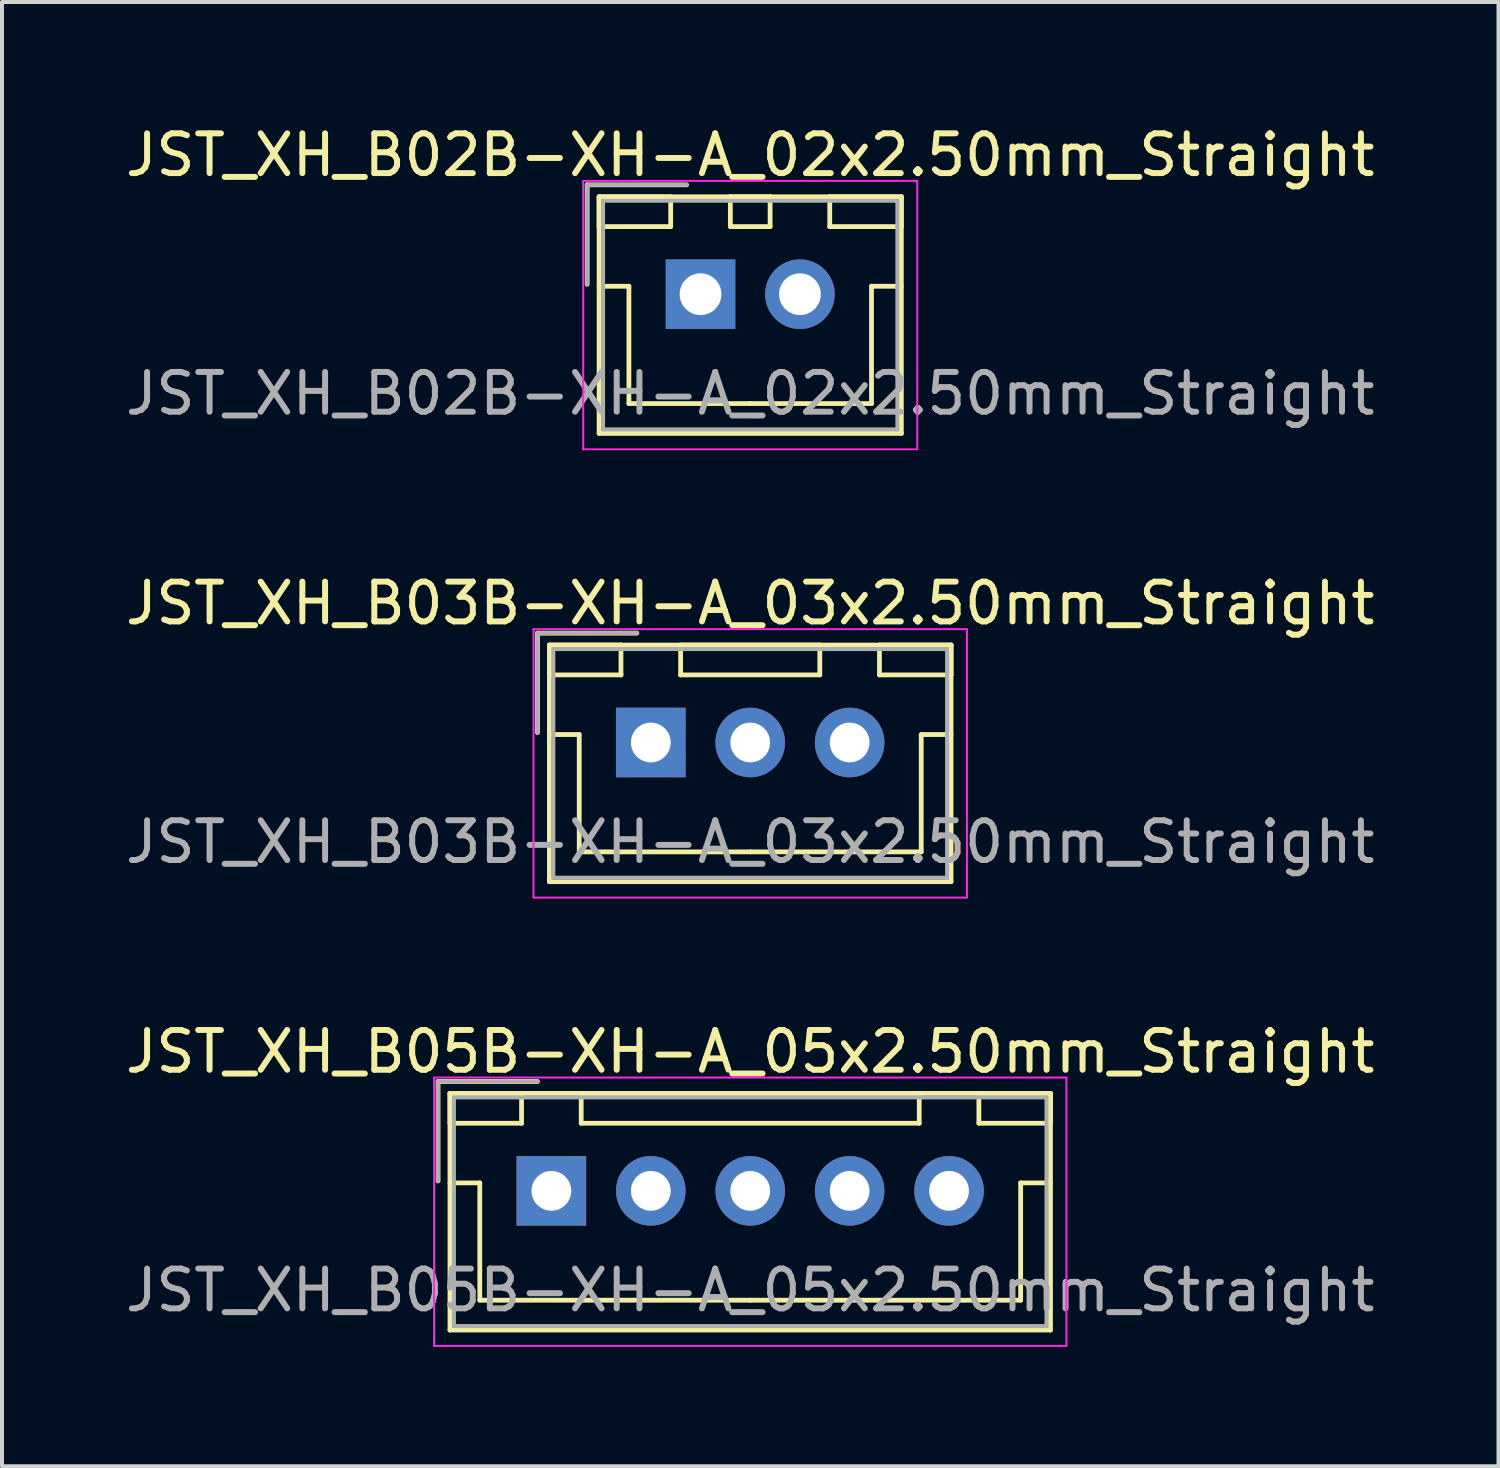
<source format=kicad_pcb>
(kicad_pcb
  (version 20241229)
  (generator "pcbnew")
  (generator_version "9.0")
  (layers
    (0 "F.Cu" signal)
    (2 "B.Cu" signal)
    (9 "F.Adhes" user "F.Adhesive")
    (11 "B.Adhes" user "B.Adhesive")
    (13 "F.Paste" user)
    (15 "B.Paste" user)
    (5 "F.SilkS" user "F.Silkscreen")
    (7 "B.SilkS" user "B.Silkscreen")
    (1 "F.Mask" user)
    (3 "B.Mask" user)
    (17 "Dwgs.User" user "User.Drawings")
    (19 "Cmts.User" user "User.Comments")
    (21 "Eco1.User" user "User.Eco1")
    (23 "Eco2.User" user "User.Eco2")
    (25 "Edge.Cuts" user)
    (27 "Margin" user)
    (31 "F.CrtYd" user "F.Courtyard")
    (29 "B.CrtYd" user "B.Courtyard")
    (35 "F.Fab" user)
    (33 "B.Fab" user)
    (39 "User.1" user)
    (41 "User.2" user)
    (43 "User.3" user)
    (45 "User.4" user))
  (footprint "JST_XH_B05B-XH-A_05x2.50mm_Straight"
    (layer "F.Cu")
    (at 10.815 26.895)
    (property "Reference" "JST_XH_B05B-XH-A_05x2.50mm_Straight" (at 5 -3.5 0) (layer "F.SilkS") (effects (font (size 1 1) (thickness 0.15))))
    (attr through_hole)
    (fp_line (start -2.85 -2.75) (end -2.85 -0.25) (stroke (width 0.12) (type solid)) (layer "F.SilkS"))
    (fp_line (start -2.55 -2.45) (end -2.55 -1.7) (stroke (width 0.12) (type solid)) (layer "F.SilkS"))
    (fp_line (start -2.55 -2.45) (end -2.55 3.5) (stroke (width 0.12) (type solid)) (layer "F.SilkS"))
    (fp_line (start -2.55 -1.7) (end -0.75 -1.7) (stroke (width 0.12) (type solid)) (layer "F.SilkS"))
    (fp_line (start -2.55 -0.2) (end -1.8 -0.2) (stroke (width 0.12) (type solid)) (layer "F.SilkS"))
    (fp_line (start -2.55 3.5) (end 12.55 3.5) (stroke (width 0.12) (type solid)) (layer "F.SilkS"))
    (fp_line (start -1.8 -0.2) (end -1.8 2.75) (stroke (width 0.12) (type solid)) (layer "F.SilkS"))
    (fp_line (start -1.8 2.75) (end 5 2.75) (stroke (width 0.12) (type solid)) (layer "F.SilkS"))
    (fp_line (start -0.75 -2.45) (end -2.55 -2.45) (stroke (width 0.12) (type solid)) (layer "F.SilkS"))
    (fp_line (start -0.75 -1.7) (end -0.75 -2.45) (stroke (width 0.12) (type solid)) (layer "F.SilkS"))
    (fp_line (start -0.35 -2.75) (end -2.85 -2.75) (stroke (width 0.12) (type solid)) (layer "F.SilkS"))
    (fp_line (start 0.75 -2.45) (end 0.75 -1.7) (stroke (width 0.12) (type solid)) (layer "F.SilkS"))
    (fp_line (start 0.75 -1.7) (end 9.25 -1.7) (stroke (width 0.12) (type solid)) (layer "F.SilkS"))
    (fp_line (start 9.25 -2.45) (end 0.75 -2.45) (stroke (width 0.12) (type solid)) (layer "F.SilkS"))
    (fp_line (start 9.25 -1.7) (end 9.25 -2.45) (stroke (width 0.12) (type solid)) (layer "F.SilkS"))
    (fp_line (start 10.75 -2.45) (end 10.75 -1.7) (stroke (width 0.12) (type solid)) (layer "F.SilkS"))
    (fp_line (start 10.75 -1.7) (end 12.55 -1.7) (stroke (width 0.12) (type solid)) (layer "F.SilkS"))
    (fp_line (start 11.8 -0.2) (end 11.8 2.75) (stroke (width 0.12) (type solid)) (layer "F.SilkS"))
    (fp_line (start 11.8 2.75) (end 5 2.75) (stroke (width 0.12) (type solid)) (layer "F.SilkS"))
    (fp_line (start 12.55 -2.45) (end -2.55 -2.45) (stroke (width 0.12) (type solid)) (layer "F.SilkS"))
    (fp_line (start 12.55 -2.45) (end 10.75 -2.45) (stroke (width 0.12) (type solid)) (layer "F.SilkS"))
    (fp_line (start 12.55 -1.7) (end 12.55 -2.45) (stroke (width 0.12) (type solid)) (layer "F.SilkS"))
    (fp_line (start 12.55 -0.2) (end 11.8 -0.2) (stroke (width 0.12) (type solid)) (layer "F.SilkS"))
    (fp_line (start 12.55 3.5) (end 12.55 -2.45) (stroke (width 0.12) (type solid)) (layer "F.SilkS"))
    (fp_line (start -2.95 -2.85) (end -2.95 3.9) (stroke (width 0.05) (type solid)) (layer "F.CrtYd"))
    (fp_line (start -2.95 3.9) (end 12.95 3.9) (stroke (width 0.05) (type solid)) (layer "F.CrtYd"))
    (fp_line (start 12.95 -2.85) (end -2.95 -2.85) (stroke (width 0.05) (type solid)) (layer "F.CrtYd"))
    (fp_line (start 12.95 3.9) (end 12.95 -2.85) (stroke (width 0.05) (type solid)) (layer "F.CrtYd"))
    (fp_line (start -2.85 -2.75) (end -2.85 -0.25) (stroke (width 0.1) (type solid)) (layer "F.Fab"))
    (fp_line (start -2.45 -2.35) (end -2.45 3.4) (stroke (width 0.1) (type solid)) (layer "F.Fab"))
    (fp_line (start -2.45 3.4) (end 12.45 3.4) (stroke (width 0.1) (type solid)) (layer "F.Fab"))
    (fp_line (start -0.35 -2.75) (end -2.85 -2.75) (stroke (width 0.1) (type solid)) (layer "F.Fab"))
    (fp_line (start 12.45 -2.35) (end -2.45 -2.35) (stroke (width 0.1) (type solid)) (layer "F.Fab"))
    (fp_line (start 12.45 3.4) (end 12.45 -2.35) (stroke (width 0.1) (type solid)) (layer "F.Fab"))
    (fp_text user "${REFERENCE}" (at 5 2.5 0) (layer "F.Fab") (effects (font (size 1 1) (thickness 0.15))))
    (pad "1" thru_hole rect (at 0 0) (size 1.75 1.75) (drill 1) (layers "*.Cu" "*.Mask"))
    (pad "2" thru_hole circle (at 2.5 0) (size 1.75 1.75) (drill 1) (layers "*.Cu" "*.Mask"))
    (pad "3" thru_hole circle (at 5 0) (size 1.75 1.75) (drill 1) (layers "*.Cu" "*.Mask"))
    (pad "4" thru_hole circle (at 7.5 0) (size 1.75 1.75) (drill 1) (layers "*.Cu" "*.Mask"))
    (pad "5" thru_hole circle (at 10 0) (size 1.75 1.75) (drill 1) (layers "*.Cu" "*.Mask")))
  (footprint "JST_XH_B03B-XH-A_03x2.50mm_Straight"
    (layer "F.Cu")
    (at 13.315 15.621)
    (property "Reference" "JST_XH_B03B-XH-A_03x2.50mm_Straight" (at 2.5 -3.5 0) (layer "F.SilkS") (effects (font (size 1 1) (thickness 0.15))))
    (attr through_hole)
    (fp_line (start -2.85 -2.75) (end -2.85 -0.25) (stroke (width 0.12) (type solid)) (layer "F.SilkS"))
    (fp_line (start -2.55 -2.45) (end -2.55 -1.7) (stroke (width 0.12) (type solid)) (layer "F.SilkS"))
    (fp_line (start -2.55 -2.45) (end -2.55 3.5) (stroke (width 0.12) (type solid)) (layer "F.SilkS"))
    (fp_line (start -2.55 -1.7) (end -0.75 -1.7) (stroke (width 0.12) (type solid)) (layer "F.SilkS"))
    (fp_line (start -2.55 -0.2) (end -1.8 -0.2) (stroke (width 0.12) (type solid)) (layer "F.SilkS"))
    (fp_line (start -2.55 3.5) (end 7.55 3.5) (stroke (width 0.12) (type solid)) (layer "F.SilkS"))
    (fp_line (start -1.8 -0.2) (end -1.8 2.75) (stroke (width 0.12) (type solid)) (layer "F.SilkS"))
    (fp_line (start -1.8 2.75) (end 2.5 2.75) (stroke (width 0.12) (type solid)) (layer "F.SilkS"))
    (fp_line (start -0.75 -2.45) (end -2.55 -2.45) (stroke (width 0.12) (type solid)) (layer "F.SilkS"))
    (fp_line (start -0.75 -1.7) (end -0.75 -2.45) (stroke (width 0.12) (type solid)) (layer "F.SilkS"))
    (fp_line (start -0.35 -2.75) (end -2.85 -2.75) (stroke (width 0.12) (type solid)) (layer "F.SilkS"))
    (fp_line (start 0.75 -2.45) (end 0.75 -1.7) (stroke (width 0.12) (type solid)) (layer "F.SilkS"))
    (fp_line (start 0.75 -1.7) (end 4.25 -1.7) (stroke (width 0.12) (type solid)) (layer "F.SilkS"))
    (fp_line (start 4.25 -2.45) (end 0.75 -2.45) (stroke (width 0.12) (type solid)) (layer "F.SilkS"))
    (fp_line (start 4.25 -1.7) (end 4.25 -2.45) (stroke (width 0.12) (type solid)) (layer "F.SilkS"))
    (fp_line (start 5.75 -2.45) (end 5.75 -1.7) (stroke (width 0.12) (type solid)) (layer "F.SilkS"))
    (fp_line (start 5.75 -1.7) (end 7.55 -1.7) (stroke (width 0.12) (type solid)) (layer "F.SilkS"))
    (fp_line (start 6.8 -0.2) (end 6.8 2.75) (stroke (width 0.12) (type solid)) (layer "F.SilkS"))
    (fp_line (start 6.8 2.75) (end 2.5 2.75) (stroke (width 0.12) (type solid)) (layer "F.SilkS"))
    (fp_line (start 7.55 -2.45) (end -2.55 -2.45) (stroke (width 0.12) (type solid)) (layer "F.SilkS"))
    (fp_line (start 7.55 -2.45) (end 5.75 -2.45) (stroke (width 0.12) (type solid)) (layer "F.SilkS"))
    (fp_line (start 7.55 -1.7) (end 7.55 -2.45) (stroke (width 0.12) (type solid)) (layer "F.SilkS"))
    (fp_line (start 7.55 -0.2) (end 6.8 -0.2) (stroke (width 0.12) (type solid)) (layer "F.SilkS"))
    (fp_line (start 7.55 3.5) (end 7.55 -2.45) (stroke (width 0.12) (type solid)) (layer "F.SilkS"))
    (fp_line (start -2.95 -2.85) (end -2.95 3.9) (stroke (width 0.05) (type solid)) (layer "F.CrtYd"))
    (fp_line (start -2.95 3.9) (end 7.95 3.9) (stroke (width 0.05) (type solid)) (layer "F.CrtYd"))
    (fp_line (start 7.95 -2.85) (end -2.95 -2.85) (stroke (width 0.05) (type solid)) (layer "F.CrtYd"))
    (fp_line (start 7.95 3.9) (end 7.95 -2.85) (stroke (width 0.05) (type solid)) (layer "F.CrtYd"))
    (fp_line (start -2.85 -2.75) (end -2.85 -0.25) (stroke (width 0.1) (type solid)) (layer "F.Fab"))
    (fp_line (start -2.45 -2.35) (end -2.45 3.4) (stroke (width 0.1) (type solid)) (layer "F.Fab"))
    (fp_line (start -2.45 3.4) (end 7.45 3.4) (stroke (width 0.1) (type solid)) (layer "F.Fab"))
    (fp_line (start -0.35 -2.75) (end -2.85 -2.75) (stroke (width 0.1) (type solid)) (layer "F.Fab"))
    (fp_line (start 7.45 -2.35) (end -2.45 -2.35) (stroke (width 0.1) (type solid)) (layer "F.Fab"))
    (fp_line (start 7.45 3.4) (end 7.45 -2.35) (stroke (width 0.1) (type solid)) (layer "F.Fab"))
    (fp_text user "${REFERENCE}" (at 2.5 2.5 0) (layer "F.Fab") (effects (font (size 1 1) (thickness 0.15))))
    (pad "1" thru_hole rect (at 0 0) (size 1.75 1.75) (drill 1) (layers "*.Cu" "*.Mask"))
    (pad "2" thru_hole circle (at 2.5 0) (size 1.75 1.75) (drill 1) (layers "*.Cu" "*.Mask"))
    (pad "3" thru_hole circle (at 5 0) (size 1.75 1.75) (drill 1) (layers "*.Cu" "*.Mask")))
  (footprint "JST_XH_B02B-XH-A_02x2.50mm_Straight"
    (layer "F.Cu")
    (at 14.565 4.348)
    (property "Reference" "JST_XH_B02B-XH-A_02x2.50mm_Straight" (at 1.25 -3.5 0) (layer "F.SilkS") (effects (font (size 1 1) (thickness 0.15))))
    (attr through_hole)
    (fp_line (start -2.85 -2.75) (end -2.85 -0.25) (stroke (width 0.12) (type solid)) (layer "F.SilkS"))
    (fp_line (start -2.55 -2.45) (end -2.55 -1.7) (stroke (width 0.12) (type solid)) (layer "F.SilkS"))
    (fp_line (start -2.55 -2.45) (end -2.55 3.5) (stroke (width 0.12) (type solid)) (layer "F.SilkS"))
    (fp_line (start -2.55 -1.7) (end -0.75 -1.7) (stroke (width 0.12) (type solid)) (layer "F.SilkS"))
    (fp_line (start -2.55 -0.2) (end -1.8 -0.2) (stroke (width 0.12) (type solid)) (layer "F.SilkS"))
    (fp_line (start -2.55 3.5) (end 5.05 3.5) (stroke (width 0.12) (type solid)) (layer "F.SilkS"))
    (fp_line (start -1.8 -0.2) (end -1.8 2.75) (stroke (width 0.12) (type solid)) (layer "F.SilkS"))
    (fp_line (start -1.8 2.75) (end 1.25 2.75) (stroke (width 0.12) (type solid)) (layer "F.SilkS"))
    (fp_line (start -0.75 -2.45) (end -2.55 -2.45) (stroke (width 0.12) (type solid)) (layer "F.SilkS"))
    (fp_line (start -0.75 -1.7) (end -0.75 -2.45) (stroke (width 0.12) (type solid)) (layer "F.SilkS"))
    (fp_line (start -0.35 -2.75) (end -2.85 -2.75) (stroke (width 0.12) (type solid)) (layer "F.SilkS"))
    (fp_line (start 0.75 -2.45) (end 0.75 -1.7) (stroke (width 0.12) (type solid)) (layer "F.SilkS"))
    (fp_line (start 0.75 -1.7) (end 1.75 -1.7) (stroke (width 0.12) (type solid)) (layer "F.SilkS"))
    (fp_line (start 1.75 -2.45) (end 0.75 -2.45) (stroke (width 0.12) (type solid)) (layer "F.SilkS"))
    (fp_line (start 1.75 -1.7) (end 1.75 -2.45) (stroke (width 0.12) (type solid)) (layer "F.SilkS"))
    (fp_line (start 3.25 -2.45) (end 3.25 -1.7) (stroke (width 0.12) (type solid)) (layer "F.SilkS"))
    (fp_line (start 3.25 -1.7) (end 5.05 -1.7) (stroke (width 0.12) (type solid)) (layer "F.SilkS"))
    (fp_line (start 4.3 -0.2) (end 4.3 2.75) (stroke (width 0.12) (type solid)) (layer "F.SilkS"))
    (fp_line (start 4.3 2.75) (end 1.25 2.75) (stroke (width 0.12) (type solid)) (layer "F.SilkS"))
    (fp_line (start 5.05 -2.45) (end -2.55 -2.45) (stroke (width 0.12) (type solid)) (layer "F.SilkS"))
    (fp_line (start 5.05 -2.45) (end 3.25 -2.45) (stroke (width 0.12) (type solid)) (layer "F.SilkS"))
    (fp_line (start 5.05 -1.7) (end 5.05 -2.45) (stroke (width 0.12) (type solid)) (layer "F.SilkS"))
    (fp_line (start 5.05 -0.2) (end 4.3 -0.2) (stroke (width 0.12) (type solid)) (layer "F.SilkS"))
    (fp_line (start 5.05 3.5) (end 5.05 -2.45) (stroke (width 0.12) (type solid)) (layer "F.SilkS"))
    (fp_line (start -2.95 -2.85) (end -2.95 3.9) (stroke (width 0.05) (type solid)) (layer "F.CrtYd"))
    (fp_line (start -2.95 3.9) (end 5.45 3.9) (stroke (width 0.05) (type solid)) (layer "F.CrtYd"))
    (fp_line (start 5.45 -2.85) (end -2.95 -2.85) (stroke (width 0.05) (type solid)) (layer "F.CrtYd"))
    (fp_line (start 5.45 3.9) (end 5.45 -2.85) (stroke (width 0.05) (type solid)) (layer "F.CrtYd"))
    (fp_line (start -2.85 -2.75) (end -2.85 -0.25) (stroke (width 0.1) (type solid)) (layer "F.Fab"))
    (fp_line (start -2.45 -2.35) (end -2.45 3.4) (stroke (width 0.1) (type solid)) (layer "F.Fab"))
    (fp_line (start -2.45 3.4) (end 4.95 3.4) (stroke (width 0.1) (type solid)) (layer "F.Fab"))
    (fp_line (start -0.35 -2.75) (end -2.85 -2.75) (stroke (width 0.1) (type solid)) (layer "F.Fab"))
    (fp_line (start 4.95 -2.35) (end -2.45 -2.35) (stroke (width 0.1) (type solid)) (layer "F.Fab"))
    (fp_line (start 4.95 3.4) (end 4.95 -2.35) (stroke (width 0.1) (type solid)) (layer "F.Fab"))
    (fp_text user "${REFERENCE}" (at 1.25 2.5 0) (layer "F.Fab") (effects (font (size 1 1) (thickness 0.15))))
    (pad "1" thru_hole rect (at 0 0) (size 1.75 1.75) (drill 1.05) (layers "*.Cu" "*.Mask"))
    (pad "2" thru_hole circle (at 2.5 0) (size 1.75 1.75) (drill 1.05) (layers "*.Cu" "*.Mask")))
  (gr_rect
    (start -3 -3)
    (end 34.631 33.82)
    (stroke (width 0.1) (type default))
    (fill no)
    (layer "Edge.Cuts")))
</source>
